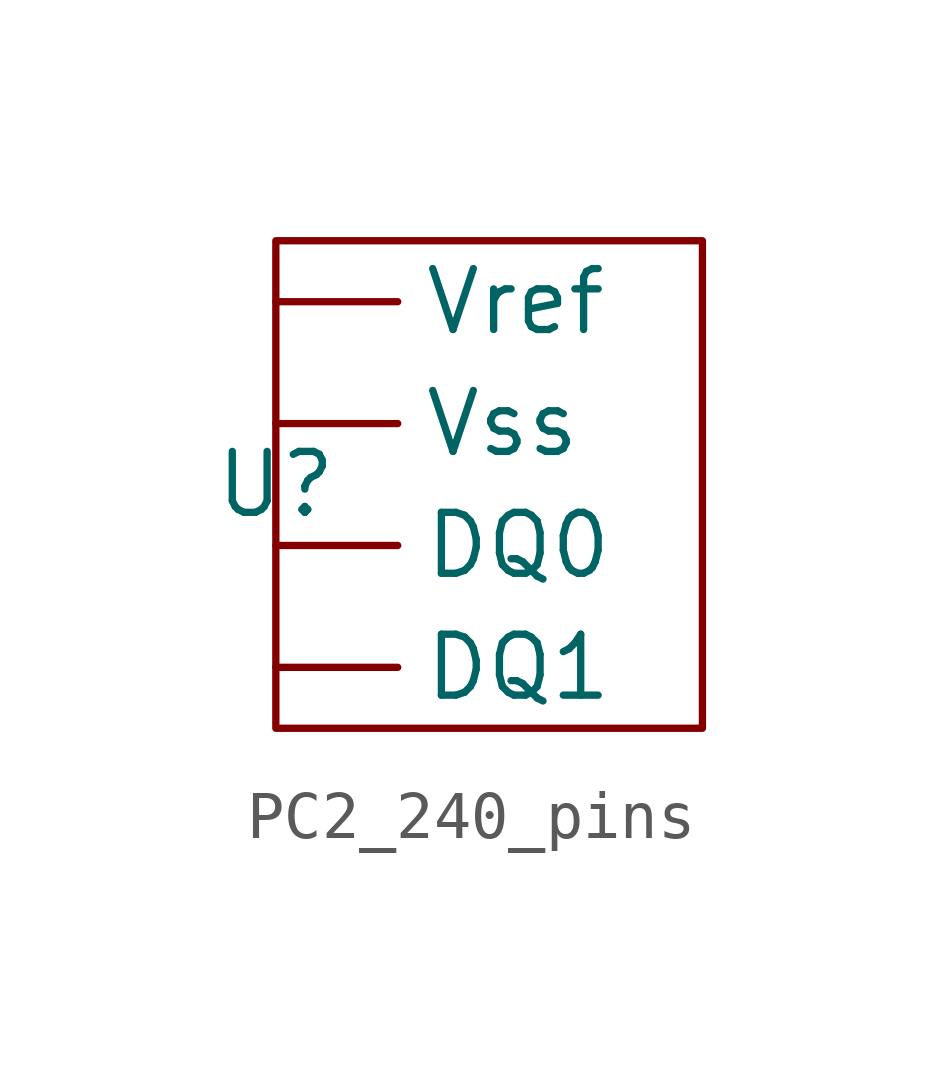
<source format=kicad_sym>
(kicad_symbol_lib
  (version 20231120)
  (generator "kicad_symbol_editor")
  (generator_version "8.0")
  (symbol "PC2_240_pins"
    (property "Reference" "U"
      (at 0 0 0)
      (effects (font (size 1.27 1.27))))
    (property "Value" ""
      (at 0 0 0)
      (effects (font (size 1.27 1.27))))
    (symbol "PC2_240_pins_0_1"
      (rectangle (start 0 5.08) (end 8.89 -5.08) (stroke (width 0) (type default)) (fill (type none))))
    (symbol "PC2_240_pins_1_1"
      (pin bidirectional line (at 0 -1.27 0) (length 2.54) (name "DQ0" (effects (font (size 1.27 1.27)))) (number "" (effects (font (size 1.27 1.27)))))
      (pin bidirectional line (at 0 -3.81 0) (length 2.54) (name "DQ1" (effects (font (size 1.27 1.27)))) (number "" (effects (font (size 1.27 1.27)))))
      (pin input line (at 0 3.81 0) (length 2.54) (name "Vref" (effects (font (size 1.27 1.27)))) (number "" (effects (font (size 1.27 1.27)))))
      (pin input line (at 0 1.27 0) (length 2.54) (name "Vss" (effects (font (size 1.27 1.27)))) (number "" (effects (font (size 1.27 1.27))))))))
</source>
